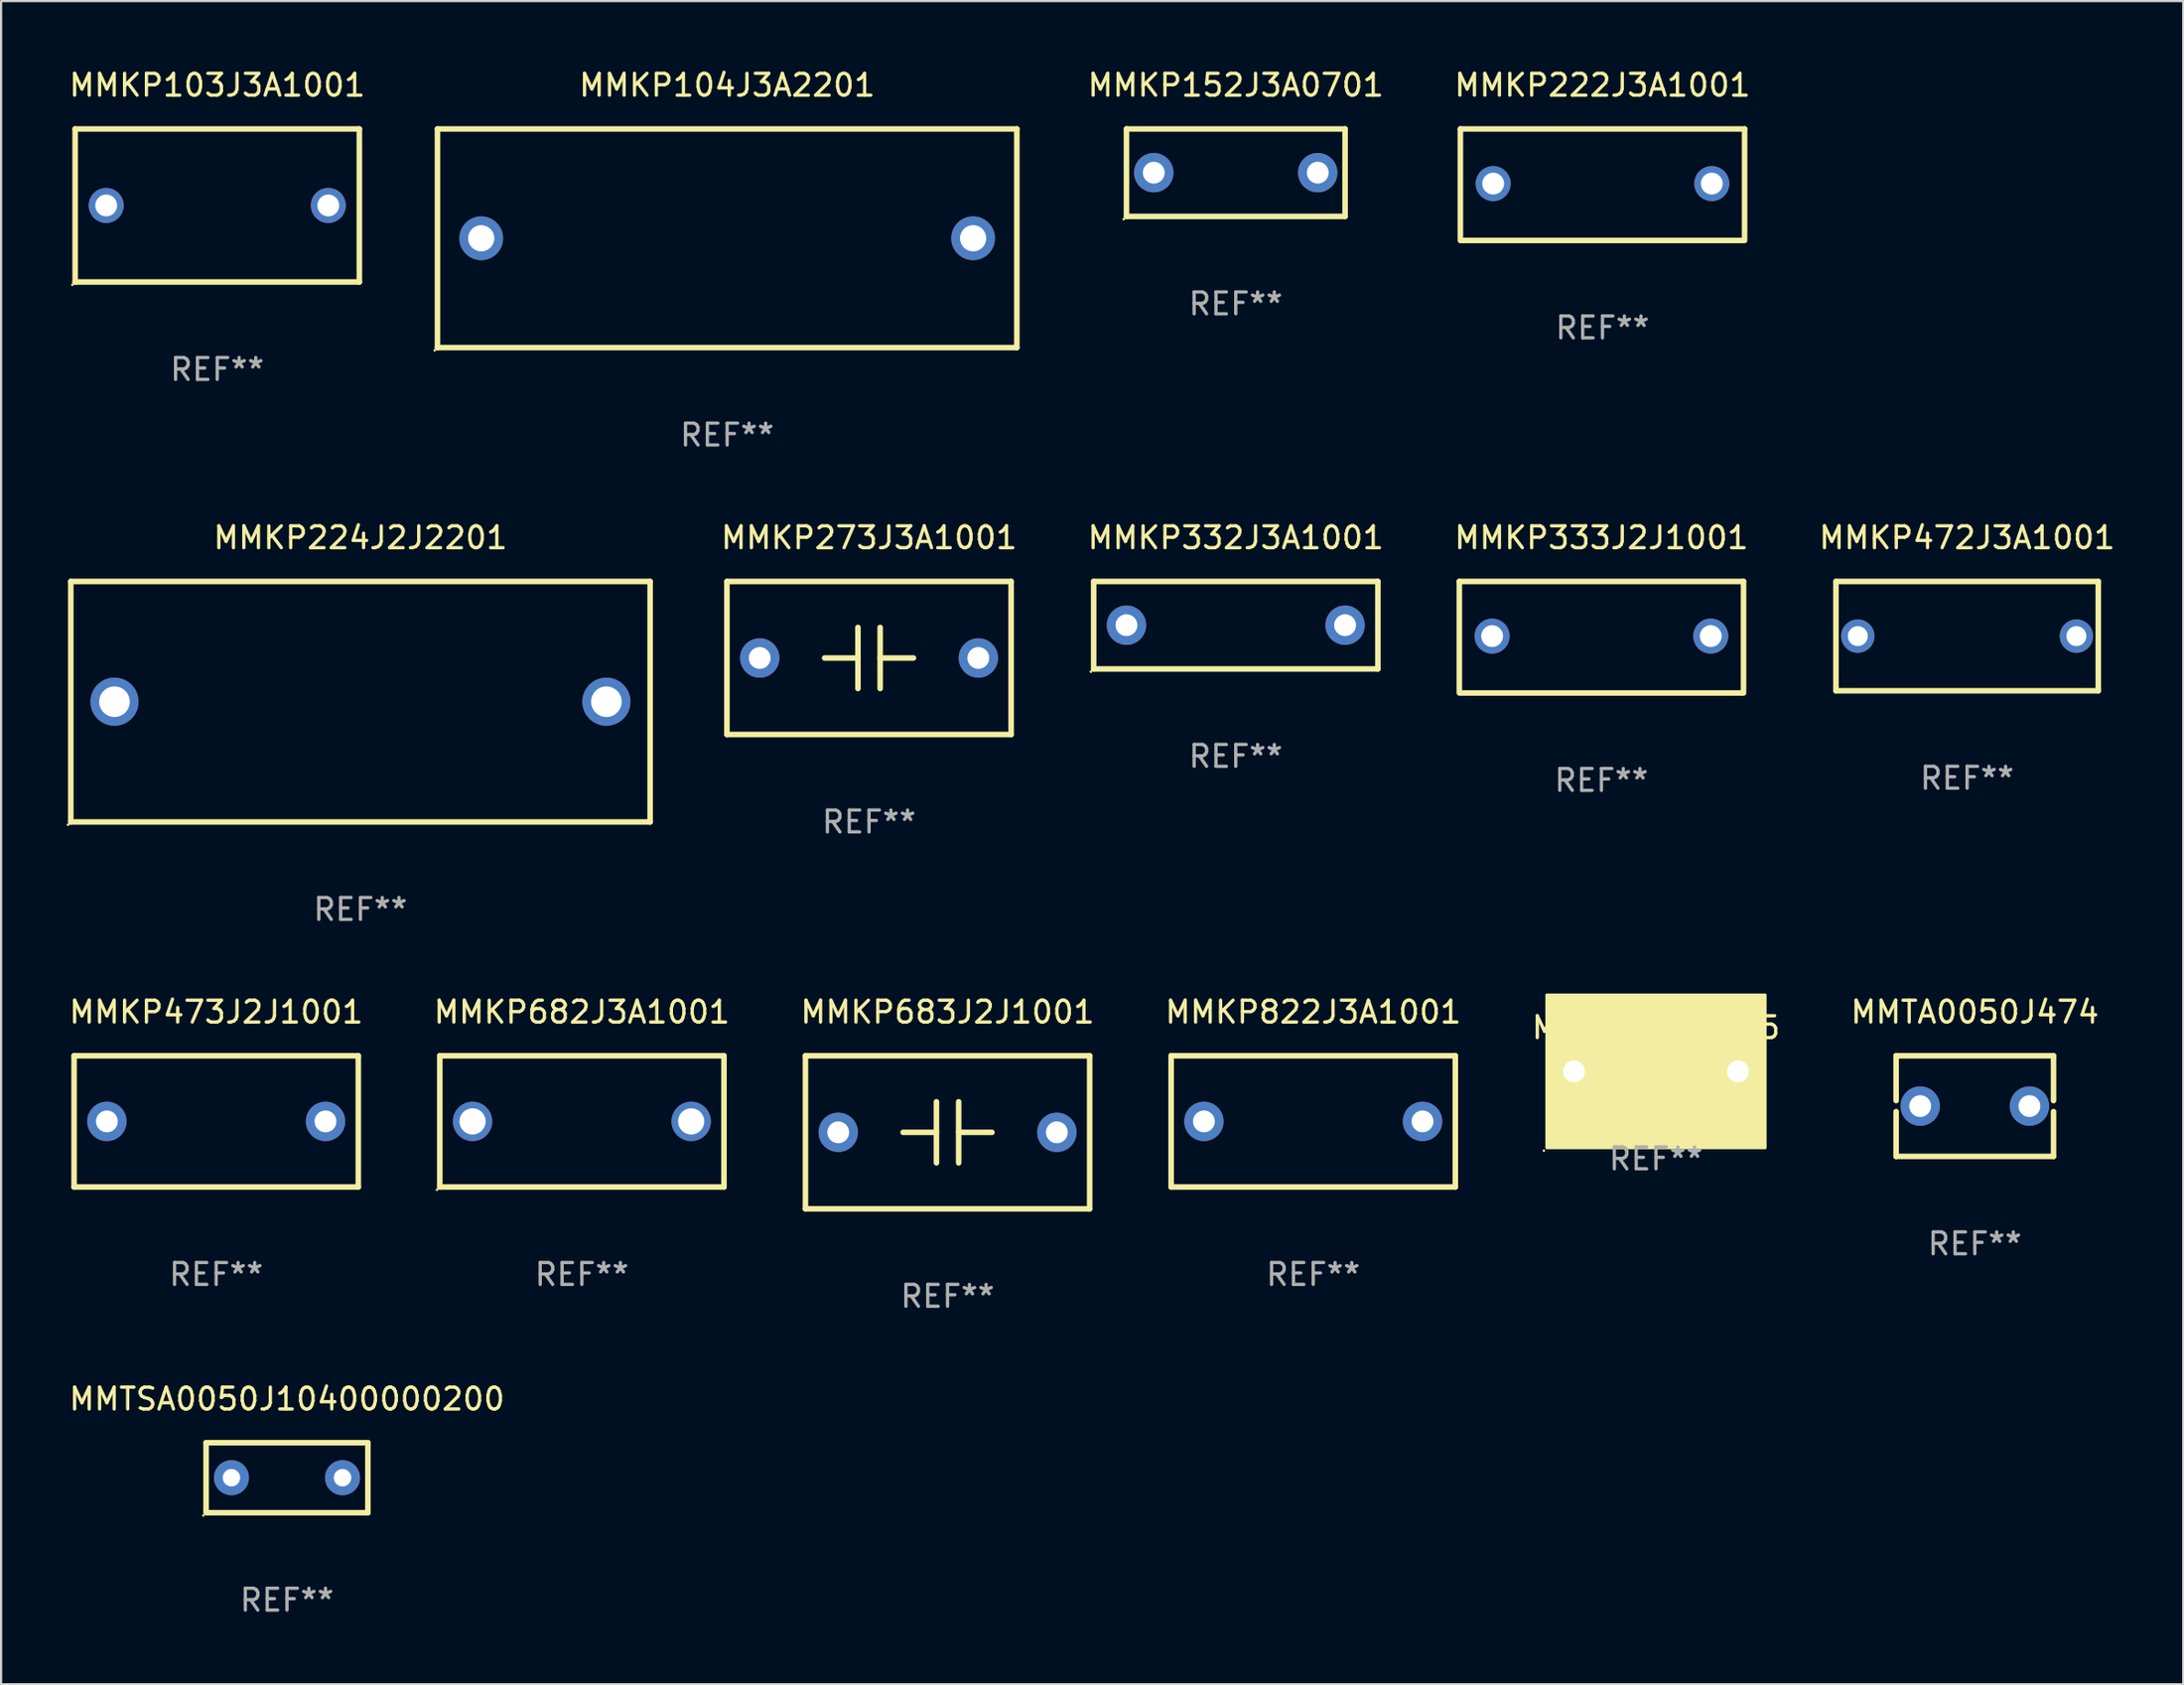
<source format=kicad_pcb>
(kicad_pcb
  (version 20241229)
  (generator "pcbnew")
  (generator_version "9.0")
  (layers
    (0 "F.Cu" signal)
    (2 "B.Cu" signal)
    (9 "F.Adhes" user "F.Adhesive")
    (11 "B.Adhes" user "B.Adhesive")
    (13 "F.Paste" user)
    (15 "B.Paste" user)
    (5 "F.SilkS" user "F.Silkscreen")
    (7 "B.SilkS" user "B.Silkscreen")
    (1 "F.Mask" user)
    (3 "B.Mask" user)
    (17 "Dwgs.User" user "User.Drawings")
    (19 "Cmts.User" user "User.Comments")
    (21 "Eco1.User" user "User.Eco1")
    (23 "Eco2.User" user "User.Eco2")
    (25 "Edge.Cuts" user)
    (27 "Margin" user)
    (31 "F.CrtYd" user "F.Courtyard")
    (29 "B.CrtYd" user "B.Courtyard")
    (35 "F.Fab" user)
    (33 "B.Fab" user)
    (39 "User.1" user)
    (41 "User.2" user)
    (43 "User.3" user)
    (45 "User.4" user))
  (footprint "MMKP273J3A1001"
    (layer "F.Cu")
    (at 36.701 27.045)
    (property "Reference" "MMKP273J3A1001" (at 0 -5.5 0) (layer "F.SilkS") (effects (font (size 1 1) (thickness 0.15))))
    (attr through_hole)
    (fp_line (start -6.5 -3.5) (end -6.5 3.5) (stroke (width 0.254) (type solid)) (layer "F.SilkS"))
    (fp_line (start -6.5 -3.5) (end 6.5 -3.5) (stroke (width 0.254) (type solid)) (layer "F.SilkS"))
    (fp_line (start -6.5 3.5) (end 6.5 3.5) (stroke (width 0.254) (type solid)) (layer "F.SilkS"))
    (fp_line (start -0.508 -0.000025) (end -2.032 -0.000025) (stroke (width 0.254) (type solid)) (layer "F.SilkS"))
    (fp_line (start -0.508 1.397) (end -0.508 -1.397) (stroke (width 0.254) (type solid)) (layer "F.SilkS"))
    (fp_line (start 0.508 -1.397) (end 0.508 1.397) (stroke (width 0.254) (type solid)) (layer "F.SilkS"))
    (fp_line (start 0.508 0.000025) (end 2.032 0.000025) (stroke (width 0.254) (type solid)) (layer "F.SilkS"))
    (fp_line (start 6.5 -3.5) (end 6.5 3.5) (stroke (width 0.254) (type solid)) (layer "F.SilkS"))
    (fp_circle (center -6.5 3.5) (end -6.47 3.5) (stroke (width 0.06) (type solid)) (fill no) (layer "F.SilkS"))
    (fp_text user "REF**" (at 0 7.5 0) (layer "F.Fab") (effects (font (size 1 1) (thickness 0.15))))
    (pad "1" thru_hole circle (at -5 0.000025) (size 1.8 1.8) (drill 1) (layers "*.Cu" "*.Mask"))
    (pad "2" thru_hole circle (at 5 0) (size 1.8 1.8) (drill 1) (layers "*.Cu" "*.Mask")))
  (footprint "MMKP333J2J1001"
    (layer "F.Cu")
    (at 70.201 26.095)
    (property "Reference" "MMKP333J2J1001" (at 0 -4.55 0) (layer "F.SilkS") (effects (font (size 1 1) (thickness 0.15))))
    (attr through_hole)
    (fp_line (start -6.5 -2.55) (end 6.5 -2.55) (stroke (width 0.254) (type solid)) (layer "F.SilkS"))
    (fp_line (start -6.5 2.45) (end -6.5 -2.55) (stroke (width 0.254) (type solid)) (layer "F.SilkS"))
    (fp_line (start 6.5 -2.55) (end 6.5 2.45) (stroke (width 0.254) (type solid)) (layer "F.SilkS"))
    (fp_line (start 6.5 2.55) (end -6.5 2.55) (stroke (width 0.254) (type solid)) (layer "F.SilkS"))
    (fp_circle (center -6.5 2.45) (end -6.47 2.45) (stroke (width 0.06) (type solid)) (fill no) (layer "F.SilkS"))
    (fp_text user "REF**" (at 0 6.55 0) (layer "F.Fab") (effects (font (size 1 1) (thickness 0.15))))
    (pad "1" thru_hole circle (at -5 -0.05) (size 1.6 1.6) (drill 1) (layers "*.Cu" "*.Mask"))
    (pad "2" thru_hole circle (at 5 -0.05) (size 1.6 1.6) (drill 1) (layers "*.Cu" "*.Mask")))
  (footprint "MMKP104J3A2201"
    (layer "F.Cu")
    (at 30.211 7.848)
    (property "Reference" "MMKP104J3A2201" (at 0 -7 0) (layer "F.SilkS") (effects (font (size 1 1) (thickness 0.15))))
    (attr through_hole)
    (fp_line (start -13.25 -5) (end 13.25 -5) (stroke (width 0.254) (type solid)) (layer "F.SilkS"))
    (fp_line (start -13.25 5) (end -13.25 -5) (stroke (width 0.254) (type solid)) (layer "F.SilkS"))
    (fp_line (start 13.25 -5) (end 13.25 5) (stroke (width 0.254) (type solid)) (layer "F.SilkS"))
    (fp_line (start 13.25 5) (end -13.25 5) (stroke (width 0.254) (type solid)) (layer "F.SilkS"))
    (fp_circle (center -13.377 5.127) (end -13.347 5.127) (stroke (width 0.06) (type solid)) (fill no) (layer "F.SilkS"))
    (fp_text user "REF**" (at 0 9 0) (layer "F.Fab") (effects (font (size 1 1) (thickness 0.15))))
    (pad "1" thru_hole circle (at -11.25 0) (size 2 2) (drill 1.2) (layers "*.Cu" "*.Mask"))
    (pad "2" thru_hole circle (at 11.25 0) (size 2 2) (drill 1.2) (layers "*.Cu" "*.Mask")))
  (footprint "MMKP222J3A1001"
    (layer "F.Cu")
    (at 70.249 5.398)
    (property "Reference" "MMKP222J3A1001" (at 0 -4.55 0) (layer "F.SilkS") (effects (font (size 1 1) (thickness 0.15))))
    (attr through_hole)
    (fp_line (start -6.5 -2.55) (end 6.5 -2.55) (stroke (width 0.254) (type solid)) (layer "F.SilkS"))
    (fp_line (start -6.5 2.45) (end -6.5 -2.55) (stroke (width 0.254) (type solid)) (layer "F.SilkS"))
    (fp_line (start 6.5 -2.55) (end 6.5 2.45) (stroke (width 0.254) (type solid)) (layer "F.SilkS"))
    (fp_line (start 6.5 2.55) (end -6.5 2.55) (stroke (width 0.254) (type solid)) (layer "F.SilkS"))
    (fp_circle (center -6.5 2.45) (end -6.47 2.45) (stroke (width 0.06) (type solid)) (fill no) (layer "F.SilkS"))
    (fp_text user "REF**" (at 0 6.55 0) (layer "F.Fab") (effects (font (size 1 1) (thickness 0.15))))
    (pad "1" thru_hole circle (at -5 -0.05) (size 1.6 1.6) (drill 1) (layers "*.Cu" "*.Mask"))
    (pad "2" thru_hole circle (at 5 -0.05) (size 1.6 1.6) (drill 1) (layers "*.Cu" "*.Mask")))
  (footprint "MMKP224J2J2201"
    (layer "F.Cu")
    (at 13.437 29.045)
    (property "Reference" "MMKP224J2J2201" (at 0 -7.5 0) (layer "F.SilkS") (effects (font (size 1 1) (thickness 0.15))))
    (attr through_hole)
    (fp_line (start -13.25 -5.5) (end 13.25 -5.5) (stroke (width 0.254) (type solid)) (layer "F.SilkS"))
    (fp_line (start -13.25 5.5) (end -13.25 -5.5) (stroke (width 0.254) (type solid)) (layer "F.SilkS"))
    (fp_line (start 13.25 -5.5) (end 13.25 5.5) (stroke (width 0.254) (type solid)) (layer "F.SilkS"))
    (fp_line (start 13.25 5.5) (end -13.25 5.5) (stroke (width 0.254) (type solid)) (layer "F.SilkS"))
    (fp_circle (center -13.377 5.627) (end -13.347 5.627) (stroke (width 0.06) (type solid)) (fill no) (layer "F.SilkS"))
    (fp_text user "REF**" (at 0 9.5 0) (layer "F.Fab") (effects (font (size 1 1) (thickness 0.15))))
    (pad "1" thru_hole circle (at -11.25 0) (size 2.2 2.2) (drill 1.4) (layers "*.Cu" "*.Mask"))
    (pad "2" thru_hole circle (at 11.25 0) (size 2.2 2.2) (drill 1.4) (layers "*.Cu" "*.Mask")))
  (footprint "MMTA0050J225"
    (layer "F.Cu")
    (at 72.696 45.953)
    (property "Reference" "MMTA0050J225" (at 0 -2 0) (layer "F.SilkS") (effects (font (size 1 1) (thickness 0.15))))
    (attr through_hole)
    (fp_circle (center -5.127 3.627) (end -5.097 3.627) (stroke (width 0.06) (type solid)) (fill no) (layer "F.SilkS"))
    (fp_poly (pts (xy -5 -3.5) (xy 5 -3.5) (xy 5 3.5) (xy -5 3.5)) (stroke (width 0.12) (type solid)) (fill yes) (layer "F.SilkS"))
    (fp_text user "REF**" (at 0 4 0) (layer "F.Fab") (effects (font (size 1 1) (thickness 0.15))))
    (pad "1" thru_hole circle (at -3.75 0) (size 1.8 1.8) (drill 1) (layers "*.Cu" "*.Mask"))
    (pad "2" thru_hole circle (at 3.75 0) (size 1.8 1.8) (drill 1) (layers "*.Cu" "*.Mask")))
  (footprint "MMKP682J3A1001"
    (layer "F.Cu")
    (at 23.565 48.241)
    (property "Reference" "MMKP682J3A1001" (at 0 -5 0) (layer "F.SilkS") (effects (font (size 1 1) (thickness 0.15))))
    (attr through_hole)
    (fp_line (start -6.5 -3) (end 6.5 -3) (stroke (width 0.254) (type solid)) (layer "F.SilkS"))
    (fp_line (start -6.5 3) (end -6.5 -3) (stroke (width 0.254) (type solid)) (layer "F.SilkS"))
    (fp_line (start -6.5 3) (end 6.5 3) (stroke (width 0.254) (type solid)) (layer "F.SilkS"))
    (fp_line (start 6.5 -3) (end 6.5 3) (stroke (width 0.254) (type solid)) (layer "F.SilkS"))
    (fp_circle (center -6.627 3.127) (end -6.597 3.127) (stroke (width 0.06) (type solid)) (fill no) (layer "F.SilkS"))
    (fp_text user "REF**" (at 0 7 0) (layer "F.Fab") (effects (font (size 1 1) (thickness 0.15))))
    (pad "1" thru_hole circle (at -5 0) (size 1.8 1.8) (drill 1.2) (layers "*.Cu" "*.Mask"))
    (pad "2" thru_hole circle (at 5 0) (size 1.8 1.8) (drill 1.2) (layers "*.Cu" "*.Mask")))
  (footprint "MMKP332J3A1001"
    (layer "F.Cu")
    (at 53.475 25.545)
    (property "Reference" "MMKP332J3A1001" (at 0 -4 0) (layer "F.SilkS") (effects (font (size 1 1) (thickness 0.15))))
    (attr through_hole)
    (fp_line (start -6.5 -2) (end 6.5 -2) (stroke (width 0.254) (type solid)) (layer "F.SilkS"))
    (fp_line (start -6.5 2) (end -6.5 -2) (stroke (width 0.254) (type solid)) (layer "F.SilkS"))
    (fp_line (start 6.5 -2) (end 6.5 2) (stroke (width 0.254) (type solid)) (layer "F.SilkS"))
    (fp_line (start 6.5 2) (end -6.5 2) (stroke (width 0.254) (type solid)) (layer "F.SilkS"))
    (fp_circle (center -6.627 2.127) (end -6.597 2.127) (stroke (width 0.06) (type solid)) (fill no) (layer "F.SilkS"))
    (fp_text user "REF**" (at 0 6 0) (layer "F.Fab") (effects (font (size 1 1) (thickness 0.15))))
    (pad "1" thru_hole circle (at -5 0) (size 1.8 1.8) (drill 1) (layers "*.Cu" "*.Mask"))
    (pad "2" thru_hole circle (at 5 0) (size 1.8 1.8) (drill 1) (layers "*.Cu" "*.Mask")))
  (footprint "MMTA0050J474"
    (layer "F.Cu")
    (at 87.28 47.541)
    (property "Reference" "MMTA0050J474" (at 0 -4.3 0) (layer "F.SilkS") (effects (font (size 1 1) (thickness 0.15))))
    (attr through_hole)
    (fp_line (start -3.6 -2.3) (end -3.6 -0.252) (stroke (width 0.254) (type solid)) (layer "F.SilkS"))
    (fp_line (start -3.6 -2.3) (end 3.6 -2.3) (stroke (width 0.254) (type solid)) (layer "F.SilkS"))
    (fp_line (start -3.6 0.252) (end -3.6 2.3) (stroke (width 0.254) (type solid)) (layer "F.SilkS"))
    (fp_line (start -3.6 2.3) (end 3.6 2.3) (stroke (width 0.254) (type solid)) (layer "F.SilkS"))
    (fp_line (start 3.6 -0.252) (end 3.6 -2.3) (stroke (width 0.254) (type solid)) (layer "F.SilkS"))
    (fp_line (start 3.6 2.3) (end 3.6 0.252) (stroke (width 0.254) (type solid)) (layer "F.SilkS"))
    (fp_circle (center -3.6 2.25) (end -3.57 2.25) (stroke (width 0.06) (type solid)) (fill no) (layer "F.SilkS"))
    (fp_text user "REF**" (at 0 6.3 0) (layer "F.Fab") (effects (font (size 1 1) (thickness 0.15))))
    (pad "1" thru_hole circle (at -2.499 0) (size 1.8 1.8) (drill 1) (layers "*.Cu" "*.Mask"))
    (pad "2" thru_hole circle (at 2.499 0) (size 1.8 1.8) (drill 1) (layers "*.Cu" "*.Mask")))
  (footprint "MMKP473J2J1001"
    (layer "F.Cu")
    (at 6.839 48.241)
    (property "Reference" "MMKP473J2J1001" (at 0 -5 0) (layer "F.SilkS") (effects (font (size 1 1) (thickness 0.15))))
    (attr through_hole)
    (fp_line (start -6.5 -3) (end 6.5 -3) (stroke (width 0.254) (type solid)) (layer "F.SilkS"))
    (fp_line (start -6.5 3) (end -6.5 -3) (stroke (width 0.254) (type solid)) (layer "F.SilkS"))
    (fp_line (start 6.5 -3) (end 6.5 3) (stroke (width 0.254) (type solid)) (layer "F.SilkS"))
    (fp_line (start 6.5 3) (end -6.5 3) (stroke (width 0.254) (type solid)) (layer "F.SilkS"))
    (fp_circle (center -6.5 3) (end -6.47 3) (stroke (width 0.06) (type solid)) (fill no) (layer "F.SilkS"))
    (fp_text user "REF**" (at 0 7 0) (layer "F.Fab") (effects (font (size 1 1) (thickness 0.15))))
    (pad "1" thru_hole circle (at -5 0) (size 1.8 1.8) (drill 1) (layers "*.Cu" "*.Mask"))
    (pad "2" thru_hole circle (at 5 0) (size 1.8 1.8) (drill 1) (layers "*.Cu" "*.Mask")))
  (footprint "MMKP822J3A1001"
    (layer "F.Cu")
    (at 57.018 48.241)
    (property "Reference" "MMKP822J3A1001" (at 0 -5 0) (layer "F.SilkS") (effects (font (size 1 1) (thickness 0.15))))
    (attr through_hole)
    (fp_line (start -6.5 -3) (end 6.5 -3) (stroke (width 0.254) (type solid)) (layer "F.SilkS"))
    (fp_line (start -6.5 3) (end -6.5 -3) (stroke (width 0.254) (type solid)) (layer "F.SilkS"))
    (fp_line (start 6.5 -3) (end 6.5 3) (stroke (width 0.254) (type solid)) (layer "F.SilkS"))
    (fp_line (start 6.5 3) (end -6.5 3) (stroke (width 0.254) (type solid)) (layer "F.SilkS"))
    (fp_circle (center -6.5 3) (end -6.47 3) (stroke (width 0.06) (type solid)) (fill no) (layer "F.SilkS"))
    (fp_text user "REF**" (at 0 7 0) (layer "F.Fab") (effects (font (size 1 1) (thickness 0.15))))
    (pad "1" thru_hole circle (at -5 0) (size 1.8 1.8) (drill 1) (layers "*.Cu" "*.Mask"))
    (pad "2" thru_hole circle (at 5 0) (size 1.8 1.8) (drill 1) (layers "*.Cu" "*.Mask")))
  (footprint "MMTSA0050J10400000200"
    (layer "F.Cu")
    (at 10.077 64.538)
    (property "Reference" "MMTSA0050J10400000200" (at 0 -3.6 0) (layer "F.SilkS") (effects (font (size 1 1) (thickness 0.15))))
    (attr through_hole)
    (fp_line (start -3.7 -1.6) (end -3.7 1.524) (stroke (width 0.254) (type solid)) (layer "F.SilkS"))
    (fp_line (start -3.7 -1.6) (end 3.7 -1.6) (stroke (width 0.254) (type solid)) (layer "F.SilkS"))
    (fp_line (start -3.7 1.6) (end 3.7 1.6) (stroke (width 0.254) (type solid)) (layer "F.SilkS"))
    (fp_line (start 3.7 -1.6) (end 3.7 1.6) (stroke (width 0.254) (type solid)) (layer "F.SilkS"))
    (fp_circle (center -3.827 1.727) (end -3.797 1.727) (stroke (width 0.06) (type solid)) (fill no) (layer "F.SilkS"))
    (fp_text user "REF**" (at 0 5.6 0) (layer "F.Fab") (effects (font (size 1 1) (thickness 0.15))))
    (pad "1" thru_hole circle (at -2.54 0) (size 1.6 1.6) (drill 0.8) (layers "*.Cu" "*.Mask"))
    (pad "2" thru_hole circle (at 2.54 0) (size 1.6 1.6) (drill 0.8) (layers "*.Cu" "*.Mask")))
  (footprint "MMKP683J2J1001"
    (layer "F.Cu")
    (at 40.292 48.741)
    (property "Reference" "MMKP683J2J1001" (at 0 -5.5 0) (layer "F.SilkS") (effects (font (size 1 1) (thickness 0.15))))
    (attr through_hole)
    (fp_line (start -6.5 -3.5) (end -6.5 3.5) (stroke (width 0.254) (type solid)) (layer "F.SilkS"))
    (fp_line (start -6.5 -3.5) (end 6.5 -3.5) (stroke (width 0.254) (type solid)) (layer "F.SilkS"))
    (fp_line (start -6.5 3.5) (end 6.5 3.5) (stroke (width 0.254) (type solid)) (layer "F.SilkS"))
    (fp_line (start -0.508 -0.000025) (end -2.032 -0.000025) (stroke (width 0.254) (type solid)) (layer "F.SilkS"))
    (fp_line (start -0.508 1.397) (end -0.508 -1.397) (stroke (width 0.254) (type solid)) (layer "F.SilkS"))
    (fp_line (start 0.508 -1.397) (end 0.508 1.397) (stroke (width 0.254) (type solid)) (layer "F.SilkS"))
    (fp_line (start 0.508 0.000025) (end 2.032 0.000025) (stroke (width 0.254) (type solid)) (layer "F.SilkS"))
    (fp_line (start 6.5 -3.5) (end 6.5 3.5) (stroke (width 0.254) (type solid)) (layer "F.SilkS"))
    (fp_circle (center -6.5 3.5) (end -6.47 3.5) (stroke (width 0.06) (type solid)) (fill no) (layer "F.SilkS"))
    (fp_text user "REF**" (at 0 7.5 0) (layer "F.Fab") (effects (font (size 1 1) (thickness 0.15))))
    (pad "1" thru_hole circle (at -5 0.000025) (size 1.8 1.8) (drill 1) (layers "*.Cu" "*.Mask"))
    (pad "2" thru_hole circle (at 5 0) (size 1.8 1.8) (drill 1) (layers "*.Cu" "*.Mask")))
  (footprint "MMKP152J3A0701"
    (layer "F.Cu")
    (at 53.475 4.848)
    (property "Reference" "MMKP152J3A0701" (at 0 -4 0) (layer "F.SilkS") (effects (font (size 1 1) (thickness 0.15))))
    (attr through_hole)
    (fp_line (start -5 -2) (end 5 -2) (stroke (width 0.254) (type solid)) (layer "F.SilkS"))
    (fp_line (start -5 2) (end -5 -2) (stroke (width 0.254) (type solid)) (layer "F.SilkS"))
    (fp_line (start 5 -2) (end 5 2) (stroke (width 0.254) (type solid)) (layer "F.SilkS"))
    (fp_line (start 5 2) (end -5 2) (stroke (width 0.254) (type solid)) (layer "F.SilkS"))
    (fp_circle (center -5.127 2.127) (end -5.097 2.127) (stroke (width 0.06) (type solid)) (fill no) (layer "F.SilkS"))
    (fp_text user "REF**" (at 0 6 0) (layer "F.Fab") (effects (font (size 1 1) (thickness 0.15))))
    (pad "1" thru_hole circle (at -3.75 0) (size 1.8 1.8) (drill 1) (layers "*.Cu" "*.Mask"))
    (pad "2" thru_hole circle (at 3.75 0) (size 1.8 1.8) (drill 1) (layers "*.Cu" "*.Mask")))
  (footprint "MMKP472J3A1001"
    (layer "F.Cu")
    (at 86.927 26.045)
    (property "Reference" "MMKP472J3A1001" (at 0 -4.5 0) (layer "F.SilkS") (effects (font (size 1 1) (thickness 0.15))))
    (attr through_hole)
    (fp_line (start -6 -2.5) (end 6 -2.5) (stroke (width 0.254) (type solid)) (layer "F.SilkS"))
    (fp_line (start -6 2.5) (end -6 -2.5) (stroke (width 0.254) (type solid)) (layer "F.SilkS"))
    (fp_line (start 6 -2.5) (end 6 2.5) (stroke (width 0.254) (type solid)) (layer "F.SilkS"))
    (fp_line (start 6 2.5) (end -6 2.5) (stroke (width 0.254) (type solid)) (layer "F.SilkS"))
    (fp_circle (center -6 2.5) (end -5.97 2.5) (stroke (width 0.06) (type solid)) (fill no) (layer "F.SilkS"))
    (fp_text user "REF**" (at 0 6.5 0) (layer "F.Fab") (effects (font (size 1 1) (thickness 0.15))))
    (pad "1" thru_hole circle (at -5 0) (size 1.524 1.524) (drill 0.914) (layers "*.Cu" "*.Mask"))
    (pad "2" thru_hole circle (at 5 0) (size 1.524 1.524) (drill 0.914) (layers "*.Cu" "*.Mask")))
  (footprint "MMKP103J3A1001"
    (layer "F.Cu")
    (at 6.887 6.348)
    (property "Reference" "MMKP103J3A1001" (at 0 -5.5 0) (layer "F.SilkS") (effects (font (size 1 1) (thickness 0.15))))
    (attr through_hole)
    (fp_line (start -6.5 -3.5) (end 6.5 -3.5) (stroke (width 0.254) (type solid)) (layer "F.SilkS"))
    (fp_line (start -6.5 3.5) (end -6.5 -3.5) (stroke (width 0.254) (type solid)) (layer "F.SilkS"))
    (fp_line (start 6.5 -3.5) (end 6.5 3.5) (stroke (width 0.254) (type solid)) (layer "F.SilkS"))
    (fp_line (start 6.5 3.5) (end -6.5 3.5) (stroke (width 0.254) (type solid)) (layer "F.SilkS"))
    (fp_circle (center -6.627 3.627) (end -6.597 3.627) (stroke (width 0.06) (type solid)) (fill no) (layer "F.SilkS"))
    (fp_text user "REF**" (at 0 7.5 0) (layer "F.Fab") (effects (font (size 1 1) (thickness 0.15))))
    (pad "1" thru_hole circle (at -5.08 -0.000127) (size 1.6 1.6) (drill 1) (layers "*.Cu" "*.Mask"))
    (pad "2" thru_hole circle (at 5.08 -0.000127) (size 1.6 1.6) (drill 1) (layers "*.Cu" "*.Mask")))
  (gr_rect
    (start -3 -3)
    (end 96.814 73.986)
    (stroke (width 0.1) (type default))
    (fill no)
    (layer "Edge.Cuts")))
</source>
